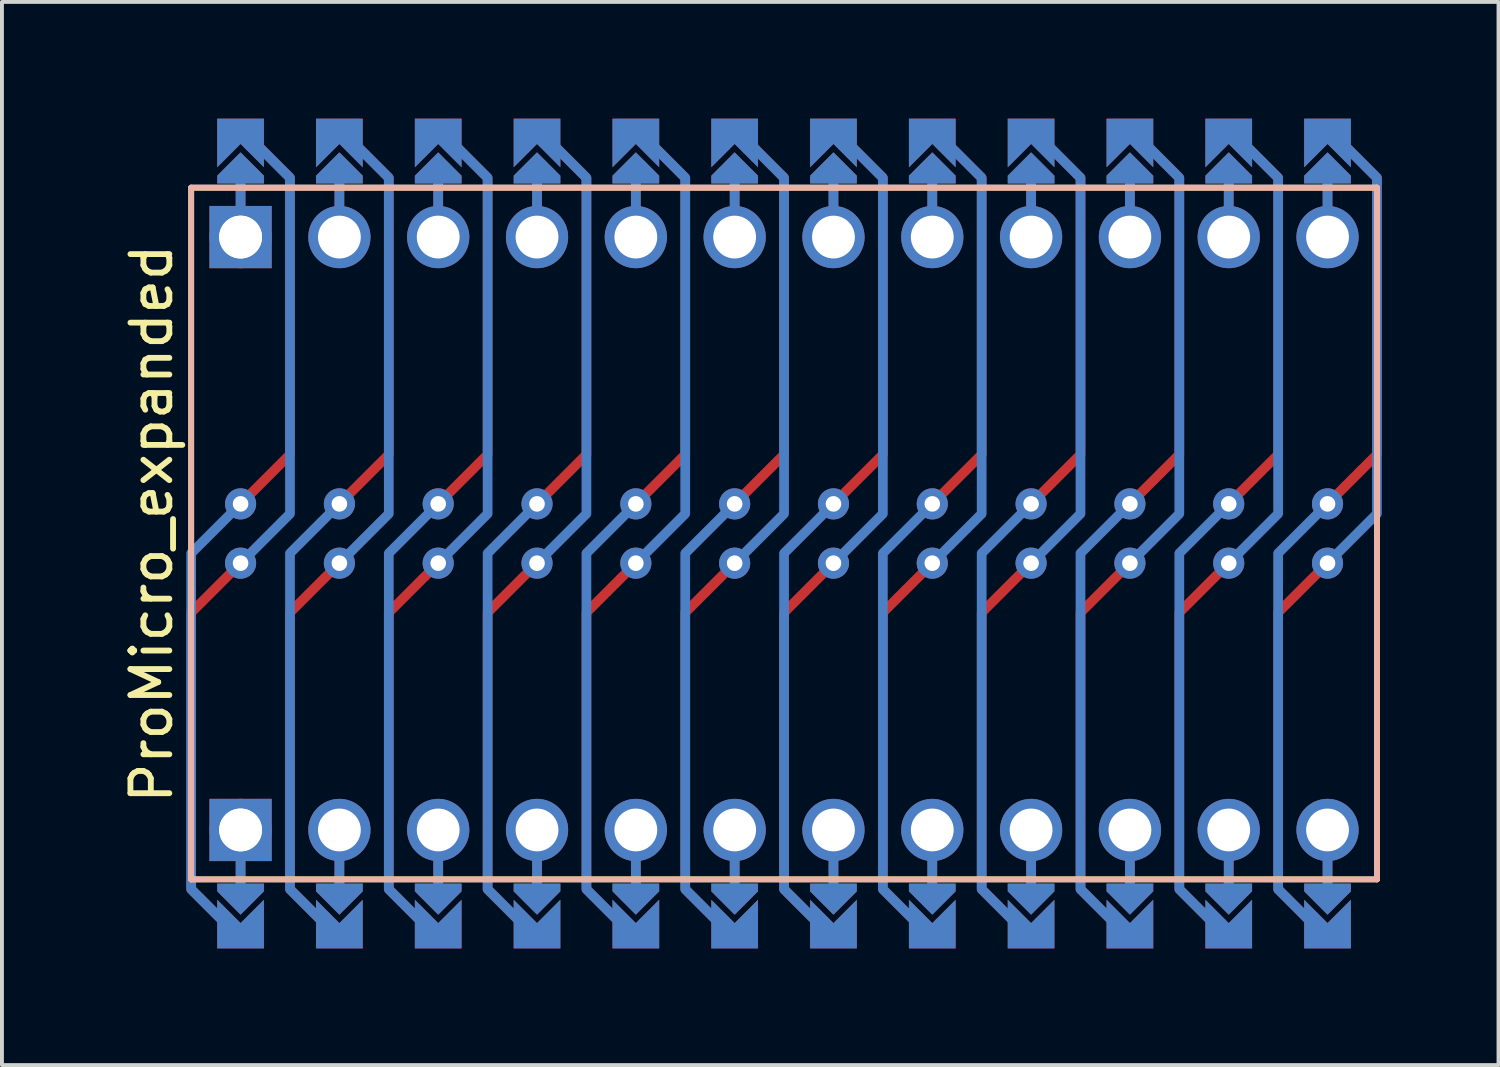
<source format=kicad_pcb>
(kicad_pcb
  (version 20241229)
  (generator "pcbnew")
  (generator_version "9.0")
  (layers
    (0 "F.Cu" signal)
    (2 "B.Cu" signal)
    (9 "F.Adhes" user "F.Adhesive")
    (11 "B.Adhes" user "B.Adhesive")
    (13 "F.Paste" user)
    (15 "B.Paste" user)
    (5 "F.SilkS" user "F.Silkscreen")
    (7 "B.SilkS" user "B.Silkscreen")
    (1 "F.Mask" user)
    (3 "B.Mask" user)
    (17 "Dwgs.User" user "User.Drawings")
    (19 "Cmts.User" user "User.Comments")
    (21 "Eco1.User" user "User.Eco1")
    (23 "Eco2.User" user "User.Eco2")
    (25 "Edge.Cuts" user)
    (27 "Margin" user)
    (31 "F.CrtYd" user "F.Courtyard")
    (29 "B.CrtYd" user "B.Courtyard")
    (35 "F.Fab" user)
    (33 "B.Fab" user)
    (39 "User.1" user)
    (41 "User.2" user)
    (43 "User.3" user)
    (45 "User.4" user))
  (footprint "ProMicro_expanded"
    (layer "F.Cu")
    (at 17.104 10.664)
    (property "Reference" "ProMicro_expanded" (at -16.256 -0.254 90) (layer "F.SilkS") (effects (font (size 1 1) (thickness 0.15))))
    (attr through_hole)
    (fp_circle (center -13.97 -0.762) (end -13.845 -0.762) (stroke (width 0.25) (type solid)) (fill no) (layer "F.Mask"))
    (fp_circle (center -13.97 0.762) (end -13.845 0.762) (stroke (width 0.25) (type solid)) (fill no) (layer "F.Mask"))
    (fp_circle (center -11.43 -0.762) (end -11.305 -0.762) (stroke (width 0.25) (type solid)) (fill no) (layer "F.Mask"))
    (fp_circle (center -11.43 0.762) (end -11.305 0.762) (stroke (width 0.25) (type solid)) (fill no) (layer "F.Mask"))
    (fp_circle (center -8.89 -0.762) (end -8.765 -0.762) (stroke (width 0.25) (type solid)) (fill no) (layer "F.Mask"))
    (fp_circle (center -8.89 0.762) (end -8.765 0.762) (stroke (width 0.25) (type solid)) (fill no) (layer "F.Mask"))
    (fp_circle (center -6.35 -0.762) (end -6.225 -0.762) (stroke (width 0.25) (type solid)) (fill no) (layer "F.Mask"))
    (fp_circle (center -6.35 0.762) (end -6.225 0.762) (stroke (width 0.25) (type solid)) (fill no) (layer "F.Mask"))
    (fp_circle (center -3.81 -0.762) (end -3.685 -0.762) (stroke (width 0.25) (type solid)) (fill no) (layer "F.Mask"))
    (fp_circle (center -3.81 0.762) (end -3.685 0.762) (stroke (width 0.25) (type solid)) (fill no) (layer "F.Mask"))
    (fp_circle (center -1.27 -0.762) (end -1.145 -0.762) (stroke (width 0.25) (type solid)) (fill no) (layer "F.Mask"))
    (fp_circle (center -1.27 0.762) (end -1.145 0.762) (stroke (width 0.25) (type solid)) (fill no) (layer "F.Mask"))
    (fp_circle (center 1.27 -0.762) (end 1.395 -0.762) (stroke (width 0.25) (type solid)) (fill no) (layer "F.Mask"))
    (fp_circle (center 1.27 0.762) (end 1.395 0.762) (stroke (width 0.25) (type solid)) (fill no) (layer "F.Mask"))
    (fp_circle (center 3.81 -0.762) (end 3.935 -0.762) (stroke (width 0.25) (type solid)) (fill no) (layer "F.Mask"))
    (fp_circle (center 3.81 0.762) (end 3.935 0.762) (stroke (width 0.25) (type solid)) (fill no) (layer "F.Mask"))
    (fp_circle (center 6.35 -0.762) (end 6.475 -0.762) (stroke (width 0.25) (type solid)) (fill no) (layer "F.Mask"))
    (fp_circle (center 6.35 0.762) (end 6.475 0.762) (stroke (width 0.25) (type solid)) (fill no) (layer "F.Mask"))
    (fp_circle (center 8.89 -0.762) (end 9.015 -0.762) (stroke (width 0.25) (type solid)) (fill no) (layer "F.Mask"))
    (fp_circle (center 8.89 0.762) (end 9.015 0.762) (stroke (width 0.25) (type solid)) (fill no) (layer "F.Mask"))
    (fp_circle (center 11.43 -0.762) (end 11.555 -0.762) (stroke (width 0.25) (type solid)) (fill no) (layer "F.Mask"))
    (fp_circle (center 11.43 0.762) (end 11.555 0.762) (stroke (width 0.25) (type solid)) (fill no) (layer "F.Mask"))
    (fp_circle (center 13.97 -0.762) (end 14.095 -0.762) (stroke (width 0.25) (type solid)) (fill no) (layer "F.Mask"))
    (fp_circle (center 13.97 0.762) (end 14.095 0.762) (stroke (width 0.25) (type solid)) (fill no) (layer "F.Mask"))
    (fp_poly (pts (xy -14.478 -10.16) (xy -13.462 -10.16) (xy -13.462 -9.144) (xy -14.478 -9.144)) (stroke (width 0.1) (type solid)) (fill yes) (layer "F.Mask"))
    (fp_poly (pts (xy -13.462 10.16) (xy -14.478 10.16) (xy -14.478 9.144) (xy -13.462 9.144)) (stroke (width 0.1) (type solid)) (fill yes) (layer "F.Mask"))
    (fp_poly (pts (xy -11.938 -10.16) (xy -10.922 -10.16) (xy -10.922 -9.144) (xy -11.938 -9.144)) (stroke (width 0.1) (type solid)) (fill yes) (layer "F.Mask"))
    (fp_poly (pts (xy -10.922 10.16) (xy -11.938 10.16) (xy -11.938 9.144) (xy -10.922 9.144)) (stroke (width 0.1) (type solid)) (fill yes) (layer "F.Mask"))
    (fp_poly (pts (xy -9.398 -10.16) (xy -8.382 -10.16) (xy -8.382 -9.144) (xy -9.398 -9.144)) (stroke (width 0.1) (type solid)) (fill yes) (layer "F.Mask"))
    (fp_poly (pts (xy -8.382 10.16) (xy -9.398 10.16) (xy -9.398 9.144) (xy -8.382 9.144)) (stroke (width 0.1) (type solid)) (fill yes) (layer "F.Mask"))
    (fp_poly (pts (xy -6.858 -10.16) (xy -5.842 -10.16) (xy -5.842 -9.144) (xy -6.858 -9.144)) (stroke (width 0.1) (type solid)) (fill yes) (layer "F.Mask"))
    (fp_poly (pts (xy -5.842 10.16) (xy -6.858 10.16) (xy -6.858 9.144) (xy -5.842 9.144)) (stroke (width 0.1) (type solid)) (fill yes) (layer "F.Mask"))
    (fp_poly (pts (xy -4.318 -10.16) (xy -3.302 -10.16) (xy -3.302 -9.144) (xy -4.318 -9.144)) (stroke (width 0.1) (type solid)) (fill yes) (layer "F.Mask"))
    (fp_poly (pts (xy -3.302 10.16) (xy -4.318 10.16) (xy -4.318 9.144) (xy -3.302 9.144)) (stroke (width 0.1) (type solid)) (fill yes) (layer "F.Mask"))
    (fp_poly (pts (xy -1.778 -10.16) (xy -0.762 -10.16) (xy -0.762 -9.144) (xy -1.778 -9.144)) (stroke (width 0.1) (type solid)) (fill yes) (layer "F.Mask"))
    (fp_poly (pts (xy -0.762 10.16) (xy -1.778 10.16) (xy -1.778 9.144) (xy -0.762 9.144)) (stroke (width 0.1) (type solid)) (fill yes) (layer "F.Mask"))
    (fp_poly (pts (xy 0.762 -10.16) (xy 1.778 -10.16) (xy 1.778 -9.144) (xy 0.762 -9.144)) (stroke (width 0.1) (type solid)) (fill yes) (layer "F.Mask"))
    (fp_poly (pts (xy 1.778 10.16) (xy 0.762 10.16) (xy 0.762 9.144) (xy 1.778 9.144)) (stroke (width 0.1) (type solid)) (fill yes) (layer "F.Mask"))
    (fp_poly (pts (xy 3.302 -10.16) (xy 4.318 -10.16) (xy 4.318 -9.144) (xy 3.302 -9.144)) (stroke (width 0.1) (type solid)) (fill yes) (layer "F.Mask"))
    (fp_poly (pts (xy 4.318 10.16) (xy 3.302 10.16) (xy 3.302 9.144) (xy 4.318 9.144)) (stroke (width 0.1) (type solid)) (fill yes) (layer "F.Mask"))
    (fp_poly (pts (xy 5.842 -10.16) (xy 6.858 -10.16) (xy 6.858 -9.144) (xy 5.842 -9.144)) (stroke (width 0.1) (type solid)) (fill yes) (layer "F.Mask"))
    (fp_poly (pts (xy 6.858 10.16) (xy 5.842 10.16) (xy 5.842 9.144) (xy 6.858 9.144)) (stroke (width 0.1) (type solid)) (fill yes) (layer "F.Mask"))
    (fp_poly (pts (xy 8.382 -10.16) (xy 9.398 -10.16) (xy 9.398 -9.144) (xy 8.382 -9.144)) (stroke (width 0.1) (type solid)) (fill yes) (layer "F.Mask"))
    (fp_poly (pts (xy 9.398 10.16) (xy 8.382 10.16) (xy 8.382 9.144) (xy 9.398 9.144)) (stroke (width 0.1) (type solid)) (fill yes) (layer "F.Mask"))
    (fp_poly (pts (xy 10.922 -10.16) (xy 11.938 -10.16) (xy 11.938 -9.144) (xy 10.922 -9.144)) (stroke (width 0.1) (type solid)) (fill yes) (layer "F.Mask"))
    (fp_poly (pts (xy 11.938 10.16) (xy 10.922 10.16) (xy 10.922 9.144) (xy 11.938 9.144)) (stroke (width 0.1) (type solid)) (fill yes) (layer "F.Mask"))
    (fp_poly (pts (xy 13.462 -10.16) (xy 14.478 -10.16) (xy 14.478 -9.144) (xy 13.462 -9.144)) (stroke (width 0.1) (type solid)) (fill yes) (layer "F.Mask"))
    (fp_poly (pts (xy 14.478 10.16) (xy 13.462 10.16) (xy 13.462 9.144) (xy 14.478 9.144)) (stroke (width 0.1) (type solid)) (fill yes) (layer "F.Mask"))
    (fp_circle (center -13.97 -0.762) (end -13.845 -0.762) (stroke (width 0.25) (type solid)) (fill no) (layer "B.Mask"))
    (fp_circle (center -13.97 0.762) (end -13.845 0.762) (stroke (width 0.25) (type solid)) (fill no) (layer "B.Mask"))
    (fp_circle (center -11.43 -0.762) (end -11.305 -0.762) (stroke (width 0.25) (type solid)) (fill no) (layer "B.Mask"))
    (fp_circle (center -11.43 0.762) (end -11.305 0.762) (stroke (width 0.25) (type solid)) (fill no) (layer "B.Mask"))
    (fp_circle (center -8.89 -0.762) (end -8.765 -0.762) (stroke (width 0.25) (type solid)) (fill no) (layer "B.Mask"))
    (fp_circle (center -8.89 0.762) (end -8.765 0.762) (stroke (width 0.25) (type solid)) (fill no) (layer "B.Mask"))
    (fp_circle (center -6.35 -0.762) (end -6.225 -0.762) (stroke (width 0.25) (type solid)) (fill no) (layer "B.Mask"))
    (fp_circle (center -6.35 0.762) (end -6.225 0.762) (stroke (width 0.25) (type solid)) (fill no) (layer "B.Mask"))
    (fp_circle (center -3.81 -0.762) (end -3.685 -0.762) (stroke (width 0.25) (type solid)) (fill no) (layer "B.Mask"))
    (fp_circle (center -3.81 0.762) (end -3.685 0.762) (stroke (width 0.25) (type solid)) (fill no) (layer "B.Mask"))
    (fp_circle (center -1.27 -0.762) (end -1.145 -0.762) (stroke (width 0.25) (type solid)) (fill no) (layer "B.Mask"))
    (fp_circle (center -1.27 0.762) (end -1.145 0.762) (stroke (width 0.25) (type solid)) (fill no) (layer "B.Mask"))
    (fp_circle (center 1.27 -0.762) (end 1.395 -0.762) (stroke (width 0.25) (type solid)) (fill no) (layer "B.Mask"))
    (fp_circle (center 1.27 0.762) (end 1.395 0.762) (stroke (width 0.25) (type solid)) (fill no) (layer "B.Mask"))
    (fp_circle (center 3.81 -0.762) (end 3.935 -0.762) (stroke (width 0.25) (type solid)) (fill no) (layer "B.Mask"))
    (fp_circle (center 3.81 0.762) (end 3.935 0.762) (stroke (width 0.25) (type solid)) (fill no) (layer "B.Mask"))
    (fp_circle (center 6.35 -0.762) (end 6.475 -0.762) (stroke (width 0.25) (type solid)) (fill no) (layer "B.Mask"))
    (fp_circle (center 6.35 0.762) (end 6.475 0.762) (stroke (width 0.25) (type solid)) (fill no) (layer "B.Mask"))
    (fp_circle (center 8.89 -0.762) (end 9.015 -0.762) (stroke (width 0.25) (type solid)) (fill no) (layer "B.Mask"))
    (fp_circle (center 8.89 0.762) (end 9.015 0.762) (stroke (width 0.25) (type solid)) (fill no) (layer "B.Mask"))
    (fp_circle (center 11.43 -0.762) (end 11.555 -0.762) (stroke (width 0.25) (type solid)) (fill no) (layer "B.Mask"))
    (fp_circle (center 11.43 0.762) (end 11.555 0.762) (stroke (width 0.25) (type solid)) (fill no) (layer "B.Mask"))
    (fp_circle (center 13.97 -0.762) (end 14.095 -0.762) (stroke (width 0.25) (type solid)) (fill no) (layer "B.Mask"))
    (fp_circle (center 13.97 0.762) (end 14.095 0.762) (stroke (width 0.25) (type solid)) (fill no) (layer "B.Mask"))
    (fp_poly (pts (xy -14.478 -10.16) (xy -13.462 -10.16) (xy -13.462 -9.144) (xy -14.478 -9.144)) (stroke (width 0.1) (type solid)) (fill yes) (layer "B.Mask"))
    (fp_poly (pts (xy -13.462 10.16) (xy -14.478 10.16) (xy -14.478 9.144) (xy -13.462 9.144)) (stroke (width 0.1) (type solid)) (fill yes) (layer "B.Mask"))
    (fp_poly (pts (xy -11.938 -10.16) (xy -10.922 -10.16) (xy -10.922 -9.144) (xy -11.938 -9.144)) (stroke (width 0.1) (type solid)) (fill yes) (layer "B.Mask"))
    (fp_poly (pts (xy -10.922 10.16) (xy -11.938 10.16) (xy -11.938 9.144) (xy -10.922 9.144)) (stroke (width 0.1) (type solid)) (fill yes) (layer "B.Mask"))
    (fp_poly (pts (xy -9.398 -10.16) (xy -8.382 -10.16) (xy -8.382 -9.144) (xy -9.398 -9.144)) (stroke (width 0.1) (type solid)) (fill yes) (layer "B.Mask"))
    (fp_poly (pts (xy -8.382 10.16) (xy -9.398 10.16) (xy -9.398 9.144) (xy -8.382 9.144)) (stroke (width 0.1) (type solid)) (fill yes) (layer "B.Mask"))
    (fp_poly (pts (xy -6.858 -10.16) (xy -5.842 -10.16) (xy -5.842 -9.144) (xy -6.858 -9.144)) (stroke (width 0.1) (type solid)) (fill yes) (layer "B.Mask"))
    (fp_poly (pts (xy -5.842 10.16) (xy -6.858 10.16) (xy -6.858 9.144) (xy -5.842 9.144)) (stroke (width 0.1) (type solid)) (fill yes) (layer "B.Mask"))
    (fp_poly (pts (xy -4.318 -10.16) (xy -3.302 -10.16) (xy -3.302 -9.144) (xy -4.318 -9.144)) (stroke (width 0.1) (type solid)) (fill yes) (layer "B.Mask"))
    (fp_poly (pts (xy -3.302 10.16) (xy -4.318 10.16) (xy -4.318 9.144) (xy -3.302 9.144)) (stroke (width 0.1) (type solid)) (fill yes) (layer "B.Mask"))
    (fp_poly (pts (xy -1.778 -10.16) (xy -0.762 -10.16) (xy -0.762 -9.144) (xy -1.778 -9.144)) (stroke (width 0.1) (type solid)) (fill yes) (layer "B.Mask"))
    (fp_poly (pts (xy -0.762 10.16) (xy -1.778 10.16) (xy -1.778 9.144) (xy -0.762 9.144)) (stroke (width 0.1) (type solid)) (fill yes) (layer "B.Mask"))
    (fp_poly (pts (xy 0.762 -10.16) (xy 1.778 -10.16) (xy 1.778 -9.144) (xy 0.762 -9.144)) (stroke (width 0.1) (type solid)) (fill yes) (layer "B.Mask"))
    (fp_poly (pts (xy 1.778 10.16) (xy 0.762 10.16) (xy 0.762 9.144) (xy 1.778 9.144)) (stroke (width 0.1) (type solid)) (fill yes) (layer "B.Mask"))
    (fp_poly (pts (xy 3.302 -10.16) (xy 4.318 -10.16) (xy 4.318 -9.144) (xy 3.302 -9.144)) (stroke (width 0.1) (type solid)) (fill yes) (layer "B.Mask"))
    (fp_poly (pts (xy 4.318 10.16) (xy 3.302 10.16) (xy 3.302 9.144) (xy 4.318 9.144)) (stroke (width 0.1) (type solid)) (fill yes) (layer "B.Mask"))
    (fp_poly (pts (xy 5.842 -10.16) (xy 6.858 -10.16) (xy 6.858 -9.144) (xy 5.842 -9.144)) (stroke (width 0.1) (type solid)) (fill yes) (layer "B.Mask"))
    (fp_poly (pts (xy 6.858 10.16) (xy 5.842 10.16) (xy 5.842 9.144) (xy 6.858 9.144)) (stroke (width 0.1) (type solid)) (fill yes) (layer "B.Mask"))
    (fp_poly (pts (xy 8.382 -10.16) (xy 9.398 -10.16) (xy 9.398 -9.144) (xy 8.382 -9.144)) (stroke (width 0.1) (type solid)) (fill yes) (layer "B.Mask"))
    (fp_poly (pts (xy 9.398 10.16) (xy 8.382 10.16) (xy 8.382 9.144) (xy 9.398 9.144)) (stroke (width 0.1) (type solid)) (fill yes) (layer "B.Mask"))
    (fp_poly (pts (xy 10.922 -10.16) (xy 11.938 -10.16) (xy 11.938 -9.144) (xy 10.922 -9.144)) (stroke (width 0.1) (type solid)) (fill yes) (layer "B.Mask"))
    (fp_poly (pts (xy 11.938 10.16) (xy 10.922 10.16) (xy 10.922 9.144) (xy 11.938 9.144)) (stroke (width 0.1) (type solid)) (fill yes) (layer "B.Mask"))
    (fp_poly (pts (xy 13.462 -10.16) (xy 14.478 -10.16) (xy 14.478 -9.144) (xy 13.462 -9.144)) (stroke (width 0.1) (type solid)) (fill yes) (layer "B.Mask"))
    (fp_poly (pts (xy 14.478 10.16) (xy 13.462 10.16) (xy 13.462 9.144) (xy 14.478 9.144)) (stroke (width 0.1) (type solid)) (fill yes) (layer "B.Mask"))
    (fp_line (start -15.24 -8.89) (end 15.24 -8.89) (stroke (width 0.15) (type solid)) (layer "F.SilkS"))
    (fp_line (start -15.24 8.89) (end -15.24 -8.89) (stroke (width 0.15) (type solid)) (layer "F.SilkS"))
    (fp_line (start -15.24 8.89) (end 15.24 8.89) (stroke (width 0.15) (type solid)) (layer "F.SilkS"))
    (fp_line (start 15.24 -8.89) (end 15.24 8.89) (stroke (width 0.15) (type solid)) (layer "F.SilkS"))
    (fp_line (start -15.24 -8.89) (end 15.24 -8.89) (stroke (width 0.15) (type solid)) (layer "B.SilkS"))
    (fp_line (start -15.24 8.89) (end -15.24 -8.89) (stroke (width 0.15) (type solid)) (layer "B.SilkS"))
    (fp_line (start -15.24 8.89) (end 15.24 8.89) (stroke (width 0.15) (type solid)) (layer "B.SilkS"))
    (fp_line (start 15.24 -8.89) (end 15.24 8.89) (stroke (width 0.15) (type solid)) (layer "B.SilkS"))
    (pad "" smd custom (at -13.97 -9.398 180) (size 0.1 0.1) (layers "F.Cu" "F.Mask") (options (anchor rect)) (primitives (gr_poly (pts (xy 0.6 -0.4) (xy -0.6 -0.4) (xy -0.6 -0.2) (xy 0 0.4) (xy 0.6 -0.2)) (width 0) (fill yes))))
    (pad "" smd custom (at -13.97 -9.398 180) (size 0.1 0.1) (layers "B.Cu" "B.Mask") (options (anchor rect)) (primitives (gr_poly (pts (xy 0.6 -0.4) (xy -0.6 -0.4) (xy -0.6 -0.2) (xy 0 0.4) (xy 0.6 -0.2)) (width 0) (fill yes))))
    (pad "" smd custom (at -13.97 -8.89 180) (size 0.25 1) (layers "F.Cu") (options (anchor rect)) (primitives))
    (pad "" smd custom (at -13.97 -8.89 180) (size 0.25 1) (layers "B.Cu") (options (anchor rect)) (primitives))
    (pad "" thru_hole circle (at -13.97 -7.62) (size 1.6 1.6) (drill 1.1) (layers "*.Cu" "*.Mask"))
    (pad "" thru_hole rect (at -13.97 -7.62) (size 1.6 1.6) (drill 1.1) (layers "B.Cu" "B.Mask"))
    (pad "" thru_hole circle (at -13.97 7.62) (size 1.6 1.6) (drill 1.1) (layers "*.Cu" "*.Mask"))
    (pad "" thru_hole rect (at -13.97 7.62) (size 1.6 1.6) (drill 1.1) (layers "F.Cu" "F.Mask"))
    (pad "" smd custom (at -13.97 8.89) (size 0.25 1) (layers "F.Cu") (options (anchor rect)) (primitives))
    (pad "" smd custom (at -13.97 8.89) (size 0.25 1) (layers "B.Cu") (options (anchor rect)) (primitives))
    (pad "" smd custom (at -13.97 9.398) (size 0.1 0.1) (layers "F.Cu" "F.Mask") (options (anchor rect)) (primitives (gr_poly (pts (xy 0.6 -0.4) (xy -0.6 -0.4) (xy -0.6 -0.2) (xy 0 0.4) (xy 0.6 -0.2)) (width 0) (fill yes))))
    (pad "" smd custom (at -13.97 9.398) (size 0.1 0.1) (layers "B.Cu" "B.Mask") (options (anchor rect)) (primitives (gr_poly (pts (xy 0.6 -0.4) (xy -0.6 -0.4) (xy -0.6 -0.2) (xy 0 0.4) (xy 0.6 -0.2)) (width 0) (fill yes))))
    (pad "" smd custom (at -11.43 -9.398 180) (size 0.1 0.1) (layers "F.Cu" "F.Mask") (options (anchor rect)) (primitives (gr_poly (pts (xy 0.6 -0.4) (xy -0.6 -0.4) (xy -0.6 -0.2) (xy 0 0.4) (xy 0.6 -0.2)) (width 0) (fill yes))))
    (pad "" smd custom (at -11.43 -9.398 180) (size 0.1 0.1) (layers "B.Cu" "B.Mask") (options (anchor rect)) (primitives (gr_poly (pts (xy 0.6 -0.4) (xy -0.6 -0.4) (xy -0.6 -0.2) (xy 0 0.4) (xy 0.6 -0.2)) (width 0) (fill yes))))
    (pad "" smd custom (at -11.43 -8.89 180) (size 0.25 1) (layers "F.Cu") (options (anchor rect)) (primitives))
    (pad "" smd custom (at -11.43 -8.89 180) (size 0.25 1) (layers "B.Cu") (options (anchor rect)) (primitives))
    (pad "" thru_hole circle (at -11.43 -7.62) (size 1.6 1.6) (drill 1.1) (layers "*.Cu" "*.Mask"))
    (pad "" thru_hole circle (at -11.43 7.62) (size 1.6 1.6) (drill 1.1) (layers "*.Cu" "*.Mask"))
    (pad "" smd custom (at -11.43 8.89) (size 0.25 1) (layers "F.Cu") (options (anchor rect)) (primitives))
    (pad "" smd custom (at -11.43 8.89) (size 0.25 1) (layers "B.Cu") (options (anchor rect)) (primitives))
    (pad "" smd custom (at -11.43 9.398) (size 0.1 0.1) (layers "F.Cu" "F.Mask") (options (anchor rect)) (primitives (gr_poly (pts (xy 0.6 -0.4) (xy -0.6 -0.4) (xy -0.6 -0.2) (xy 0 0.4) (xy 0.6 -0.2)) (width 0) (fill yes))))
    (pad "" smd custom (at -11.43 9.398) (size 0.1 0.1) (layers "B.Cu" "B.Mask") (options (anchor rect)) (primitives (gr_poly (pts (xy 0.6 -0.4) (xy -0.6 -0.4) (xy -0.6 -0.2) (xy 0 0.4) (xy 0.6 -0.2)) (width 0) (fill yes))))
    (pad "" smd custom (at -8.89 -9.398 180) (size 0.1 0.1) (layers "F.Cu" "F.Mask") (options (anchor rect)) (primitives (gr_poly (pts (xy 0.6 -0.4) (xy -0.6 -0.4) (xy -0.6 -0.2) (xy 0 0.4) (xy 0.6 -0.2)) (width 0) (fill yes))))
    (pad "" smd custom (at -8.89 -9.398 180) (size 0.1 0.1) (layers "B.Cu" "B.Mask") (options (anchor rect)) (primitives (gr_poly (pts (xy 0.6 -0.4) (xy -0.6 -0.4) (xy -0.6 -0.2) (xy 0 0.4) (xy 0.6 -0.2)) (width 0) (fill yes))))
    (pad "" smd custom (at -8.89 -8.89 180) (size 0.25 1) (layers "F.Cu") (options (anchor rect)) (primitives))
    (pad "" smd custom (at -8.89 -8.89 180) (size 0.25 1) (layers "B.Cu") (options (anchor rect)) (primitives))
    (pad "" thru_hole circle (at -8.89 -7.62) (size 1.6 1.6) (drill 1.1) (layers "*.Cu" "*.Mask"))
    (pad "" thru_hole circle (at -8.89 7.62) (size 1.6 1.6) (drill 1.1) (layers "*.Cu" "*.Mask"))
    (pad "" smd custom (at -8.89 8.89) (size 0.25 1) (layers "F.Cu") (options (anchor rect)) (primitives))
    (pad "" smd custom (at -8.89 8.89) (size 0.25 1) (layers "B.Cu") (options (anchor rect)) (primitives))
    (pad "" smd custom (at -8.89 9.398) (size 0.1 0.1) (layers "F.Cu" "F.Mask") (options (anchor rect)) (primitives (gr_poly (pts (xy 0.6 -0.4) (xy -0.6 -0.4) (xy -0.6 -0.2) (xy 0 0.4) (xy 0.6 -0.2)) (width 0) (fill yes))))
    (pad "" smd custom (at -8.89 9.398) (size 0.1 0.1) (layers "B.Cu" "B.Mask") (options (anchor rect)) (primitives (gr_poly (pts (xy 0.6 -0.4) (xy -0.6 -0.4) (xy -0.6 -0.2) (xy 0 0.4) (xy 0.6 -0.2)) (width 0) (fill yes))))
    (pad "" smd custom (at -6.35 -9.398 180) (size 0.1 0.1) (layers "F.Cu" "F.Mask") (options (anchor rect)) (primitives (gr_poly (pts (xy 0.6 -0.4) (xy -0.6 -0.4) (xy -0.6 -0.2) (xy 0 0.4) (xy 0.6 -0.2)) (width 0) (fill yes))))
    (pad "" smd custom (at -6.35 -9.398 180) (size 0.1 0.1) (layers "B.Cu" "B.Mask") (options (anchor rect)) (primitives (gr_poly (pts (xy 0.6 -0.4) (xy -0.6 -0.4) (xy -0.6 -0.2) (xy 0 0.4) (xy 0.6 -0.2)) (width 0) (fill yes))))
    (pad "" smd custom (at -6.35 -8.89 180) (size 0.25 1) (layers "F.Cu") (options (anchor rect)) (primitives))
    (pad "" smd custom (at -6.35 -8.89 180) (size 0.25 1) (layers "B.Cu") (options (anchor rect)) (primitives))
    (pad "" thru_hole circle (at -6.35 -7.62) (size 1.6 1.6) (drill 1.1) (layers "*.Cu" "*.Mask"))
    (pad "" thru_hole circle (at -6.35 7.62) (size 1.6 1.6) (drill 1.1) (layers "*.Cu" "*.Mask"))
    (pad "" smd custom (at -6.35 8.89) (size 0.25 1) (layers "F.Cu") (options (anchor rect)) (primitives))
    (pad "" smd custom (at -6.35 8.89) (size 0.25 1) (layers "B.Cu") (options (anchor rect)) (primitives))
    (pad "" smd custom (at -6.35 9.398) (size 0.1 0.1) (layers "F.Cu" "F.Mask") (options (anchor rect)) (primitives (gr_poly (pts (xy 0.6 -0.4) (xy -0.6 -0.4) (xy -0.6 -0.2) (xy 0 0.4) (xy 0.6 -0.2)) (width 0) (fill yes))))
    (pad "" smd custom (at -6.35 9.398) (size 0.1 0.1) (layers "B.Cu" "B.Mask") (options (anchor rect)) (primitives (gr_poly (pts (xy 0.6 -0.4) (xy -0.6 -0.4) (xy -0.6 -0.2) (xy 0 0.4) (xy 0.6 -0.2)) (width 0) (fill yes))))
    (pad "" smd custom (at -3.81 -9.398 180) (size 0.1 0.1) (layers "F.Cu" "F.Mask") (options (anchor rect)) (primitives (gr_poly (pts (xy 0.6 -0.4) (xy -0.6 -0.4) (xy -0.6 -0.2) (xy 0 0.4) (xy 0.6 -0.2)) (width 0) (fill yes))))
    (pad "" smd custom (at -3.81 -9.398 180) (size 0.1 0.1) (layers "B.Cu" "B.Mask") (options (anchor rect)) (primitives (gr_poly (pts (xy 0.6 -0.4) (xy -0.6 -0.4) (xy -0.6 -0.2) (xy 0 0.4) (xy 0.6 -0.2)) (width 0) (fill yes))))
    (pad "" smd custom (at -3.81 -8.89 180) (size 0.25 1) (layers "F.Cu") (options (anchor rect)) (primitives))
    (pad "" smd custom (at -3.81 -8.89 180) (size 0.25 1) (layers "B.Cu") (options (anchor rect)) (primitives))
    (pad "" thru_hole circle (at -3.81 -7.62) (size 1.6 1.6) (drill 1.1) (layers "*.Cu" "*.Mask"))
    (pad "" thru_hole circle (at -3.81 7.62) (size 1.6 1.6) (drill 1.1) (layers "*.Cu" "*.Mask"))
    (pad "" smd custom (at -3.81 8.89) (size 0.25 1) (layers "F.Cu") (options (anchor rect)) (primitives))
    (pad "" smd custom (at -3.81 8.89) (size 0.25 1) (layers "B.Cu") (options (anchor rect)) (primitives))
    (pad "" smd custom (at -3.81 9.398) (size 0.1 0.1) (layers "F.Cu" "F.Mask") (options (anchor rect)) (primitives (gr_poly (pts (xy 0.6 -0.4) (xy -0.6 -0.4) (xy -0.6 -0.2) (xy 0 0.4) (xy 0.6 -0.2)) (width 0) (fill yes))))
    (pad "" smd custom (at -3.81 9.398) (size 0.1 0.1) (layers "B.Cu" "B.Mask") (options (anchor rect)) (primitives (gr_poly (pts (xy 0.6 -0.4) (xy -0.6 -0.4) (xy -0.6 -0.2) (xy 0 0.4) (xy 0.6 -0.2)) (width 0) (fill yes))))
    (pad "" smd custom (at -1.27 -9.398 180) (size 0.1 0.1) (layers "F.Cu" "F.Mask") (options (anchor rect)) (primitives (gr_poly (pts (xy 0.6 -0.4) (xy -0.6 -0.4) (xy -0.6 -0.2) (xy 0 0.4) (xy 0.6 -0.2)) (width 0) (fill yes))))
    (pad "" smd custom (at -1.27 -9.398 180) (size 0.1 0.1) (layers "B.Cu" "B.Mask") (options (anchor rect)) (primitives (gr_poly (pts (xy 0.6 -0.4) (xy -0.6 -0.4) (xy -0.6 -0.2) (xy 0 0.4) (xy 0.6 -0.2)) (width 0) (fill yes))))
    (pad "" smd custom (at -1.27 -8.89 180) (size 0.25 1) (layers "F.Cu") (options (anchor rect)) (primitives))
    (pad "" smd custom (at -1.27 -8.89 180) (size 0.25 1) (layers "B.Cu") (options (anchor rect)) (primitives))
    (pad "" thru_hole circle (at -1.27 -7.62) (size 1.6 1.6) (drill 1.1) (layers "*.Cu" "*.Mask"))
    (pad "" thru_hole circle (at -1.27 7.62) (size 1.6 1.6) (drill 1.1) (layers "*.Cu" "*.Mask"))
    (pad "" smd custom (at -1.27 8.89) (size 0.25 1) (layers "F.Cu") (options (anchor rect)) (primitives))
    (pad "" smd custom (at -1.27 8.89) (size 0.25 1) (layers "B.Cu") (options (anchor rect)) (primitives))
    (pad "" smd custom (at -1.27 9.398) (size 0.1 0.1) (layers "F.Cu" "F.Mask") (options (anchor rect)) (primitives (gr_poly (pts (xy 0.6 -0.4) (xy -0.6 -0.4) (xy -0.6 -0.2) (xy 0 0.4) (xy 0.6 -0.2)) (width 0) (fill yes))))
    (pad "" smd custom (at -1.27 9.398) (size 0.1 0.1) (layers "B.Cu" "B.Mask") (options (anchor rect)) (primitives (gr_poly (pts (xy 0.6 -0.4) (xy -0.6 -0.4) (xy -0.6 -0.2) (xy 0 0.4) (xy 0.6 -0.2)) (width 0) (fill yes))))
    (pad "" smd custom (at 1.27 -9.398 180) (size 0.1 0.1) (layers "F.Cu" "F.Mask") (options (anchor rect)) (primitives (gr_poly (pts (xy 0.6 -0.4) (xy -0.6 -0.4) (xy -0.6 -0.2) (xy 0 0.4) (xy 0.6 -0.2)) (width 0) (fill yes))))
    (pad "" smd custom (at 1.27 -9.398 180) (size 0.1 0.1) (layers "B.Cu" "B.Mask") (options (anchor rect)) (primitives (gr_poly (pts (xy 0.6 -0.4) (xy -0.6 -0.4) (xy -0.6 -0.2) (xy 0 0.4) (xy 0.6 -0.2)) (width 0) (fill yes))))
    (pad "" smd custom (at 1.27 -8.89 180) (size 0.25 1) (layers "F.Cu") (options (anchor rect)) (primitives))
    (pad "" smd custom (at 1.27 -8.89 180) (size 0.25 1) (layers "B.Cu") (options (anchor rect)) (primitives))
    (pad "" thru_hole circle (at 1.27 -7.62) (size 1.6 1.6) (drill 1.1) (layers "*.Cu" "*.Mask"))
    (pad "" thru_hole circle (at 1.27 7.62) (size 1.6 1.6) (drill 1.1) (layers "*.Cu" "*.Mask"))
    (pad "" smd custom (at 1.27 8.89) (size 0.25 1) (layers "F.Cu") (options (anchor rect)) (primitives))
    (pad "" smd custom (at 1.27 8.89) (size 0.25 1) (layers "B.Cu") (options (anchor rect)) (primitives))
    (pad "" smd custom (at 1.27 9.398) (size 0.1 0.1) (layers "F.Cu" "F.Mask") (options (anchor rect)) (primitives (gr_poly (pts (xy 0.6 -0.4) (xy -0.6 -0.4) (xy -0.6 -0.2) (xy 0 0.4) (xy 0.6 -0.2)) (width 0) (fill yes))))
    (pad "" smd custom (at 1.27 9.398) (size 0.1 0.1) (layers "B.Cu" "B.Mask") (options (anchor rect)) (primitives (gr_poly (pts (xy 0.6 -0.4) (xy -0.6 -0.4) (xy -0.6 -0.2) (xy 0 0.4) (xy 0.6 -0.2)) (width 0) (fill yes))))
    (pad "" smd custom (at 3.81 -9.398 180) (size 0.1 0.1) (layers "F.Cu" "F.Mask") (options (anchor rect)) (primitives (gr_poly (pts (xy 0.6 -0.4) (xy -0.6 -0.4) (xy -0.6 -0.2) (xy 0 0.4) (xy 0.6 -0.2)) (width 0) (fill yes))))
    (pad "" smd custom (at 3.81 -9.398 180) (size 0.1 0.1) (layers "B.Cu" "B.Mask") (options (anchor rect)) (primitives (gr_poly (pts (xy 0.6 -0.4) (xy -0.6 -0.4) (xy -0.6 -0.2) (xy 0 0.4) (xy 0.6 -0.2)) (width 0) (fill yes))))
    (pad "" smd custom (at 3.81 -8.89 180) (size 0.25 1) (layers "F.Cu") (options (anchor rect)) (primitives))
    (pad "" smd custom (at 3.81 -8.89 180) (size 0.25 1) (layers "B.Cu") (options (anchor rect)) (primitives))
    (pad "" thru_hole circle (at 3.81 -7.62) (size 1.6 1.6) (drill 1.1) (layers "*.Cu" "*.Mask"))
    (pad "" thru_hole circle (at 3.81 7.62) (size 1.6 1.6) (drill 1.1) (layers "*.Cu" "*.Mask"))
    (pad "" smd custom (at 3.81 8.89) (size 0.25 1) (layers "F.Cu") (options (anchor rect)) (primitives))
    (pad "" smd custom (at 3.81 8.89) (size 0.25 1) (layers "B.Cu") (options (anchor rect)) (primitives))
    (pad "" smd custom (at 3.81 9.398) (size 0.1 0.1) (layers "F.Cu" "F.Mask") (options (anchor rect)) (primitives (gr_poly (pts (xy 0.6 -0.4) (xy -0.6 -0.4) (xy -0.6 -0.2) (xy 0 0.4) (xy 0.6 -0.2)) (width 0) (fill yes))))
    (pad "" smd custom (at 3.81 9.398) (size 0.1 0.1) (layers "B.Cu" "B.Mask") (options (anchor rect)) (primitives (gr_poly (pts (xy 0.6 -0.4) (xy -0.6 -0.4) (xy -0.6 -0.2) (xy 0 0.4) (xy 0.6 -0.2)) (width 0) (fill yes))))
    (pad "" smd custom (at 6.35 -9.398 180) (size 0.1 0.1) (layers "F.Cu" "F.Mask") (options (anchor rect)) (primitives (gr_poly (pts (xy 0.6 -0.4) (xy -0.6 -0.4) (xy -0.6 -0.2) (xy 0 0.4) (xy 0.6 -0.2)) (width 0) (fill yes))))
    (pad "" smd custom (at 6.35 -9.398 180) (size 0.1 0.1) (layers "B.Cu" "B.Mask") (options (anchor rect)) (primitives (gr_poly (pts (xy 0.6 -0.4) (xy -0.6 -0.4) (xy -0.6 -0.2) (xy 0 0.4) (xy 0.6 -0.2)) (width 0) (fill yes))))
    (pad "" smd custom (at 6.35 -8.89 180) (size 0.25 1) (layers "F.Cu") (options (anchor rect)) (primitives))
    (pad "" smd custom (at 6.35 -8.89 180) (size 0.25 1) (layers "B.Cu") (options (anchor rect)) (primitives))
    (pad "" thru_hole circle (at 6.35 -7.62) (size 1.6 1.6) (drill 1.1) (layers "*.Cu" "*.Mask"))
    (pad "" thru_hole circle (at 6.35 7.62) (size 1.6 1.6) (drill 1.1) (layers "*.Cu" "*.Mask"))
    (pad "" smd custom (at 6.35 8.89) (size 0.25 1) (layers "F.Cu") (options (anchor rect)) (primitives))
    (pad "" smd custom (at 6.35 8.89) (size 0.25 1) (layers "B.Cu") (options (anchor rect)) (primitives))
    (pad "" smd custom (at 6.35 9.398) (size 0.1 0.1) (layers "F.Cu" "F.Mask") (options (anchor rect)) (primitives (gr_poly (pts (xy 0.6 -0.4) (xy -0.6 -0.4) (xy -0.6 -0.2) (xy 0 0.4) (xy 0.6 -0.2)) (width 0) (fill yes))))
    (pad "" smd custom (at 6.35 9.398) (size 0.1 0.1) (layers "B.Cu" "B.Mask") (options (anchor rect)) (primitives (gr_poly (pts (xy 0.6 -0.4) (xy -0.6 -0.4) (xy -0.6 -0.2) (xy 0 0.4) (xy 0.6 -0.2)) (width 0) (fill yes))))
    (pad "" smd custom (at 8.89 -9.398 180) (size 0.1 0.1) (layers "F.Cu" "F.Mask") (options (anchor rect)) (primitives (gr_poly (pts (xy 0.6 -0.4) (xy -0.6 -0.4) (xy -0.6 -0.2) (xy 0 0.4) (xy 0.6 -0.2)) (width 0) (fill yes))))
    (pad "" smd custom (at 8.89 -9.398 180) (size 0.1 0.1) (layers "B.Cu" "B.Mask") (options (anchor rect)) (primitives (gr_poly (pts (xy 0.6 -0.4) (xy -0.6 -0.4) (xy -0.6 -0.2) (xy 0 0.4) (xy 0.6 -0.2)) (width 0) (fill yes))))
    (pad "" smd custom (at 8.89 -8.89 180) (size 0.25 1) (layers "F.Cu") (options (anchor rect)) (primitives))
    (pad "" smd custom (at 8.89 -8.89 180) (size 0.25 1) (layers "B.Cu") (options (anchor rect)) (primitives))
    (pad "" thru_hole circle (at 8.89 -7.62) (size 1.6 1.6) (drill 1.1) (layers "*.Cu" "*.Mask"))
    (pad "" thru_hole circle (at 8.89 7.62) (size 1.6 1.6) (drill 1.1) (layers "*.Cu" "*.Mask"))
    (pad "" smd custom (at 8.89 8.89) (size 0.25 1) (layers "F.Cu") (options (anchor rect)) (primitives))
    (pad "" smd custom (at 8.89 8.89) (size 0.25 1) (layers "B.Cu") (options (anchor rect)) (primitives))
    (pad "" smd custom (at 8.89 9.398) (size 0.1 0.1) (layers "F.Cu" "F.Mask") (options (anchor rect)) (primitives (gr_poly (pts (xy 0.6 -0.4) (xy -0.6 -0.4) (xy -0.6 -0.2) (xy 0 0.4) (xy 0.6 -0.2)) (width 0) (fill yes))))
    (pad "" smd custom (at 8.89 9.398) (size 0.1 0.1) (layers "B.Cu" "B.Mask") (options (anchor rect)) (primitives (gr_poly (pts (xy 0.6 -0.4) (xy -0.6 -0.4) (xy -0.6 -0.2) (xy 0 0.4) (xy 0.6 -0.2)) (width 0) (fill yes))))
    (pad "" smd custom (at 11.43 -9.398 180) (size 0.1 0.1) (layers "F.Cu" "F.Mask") (options (anchor rect)) (primitives (gr_poly (pts (xy 0.6 -0.4) (xy -0.6 -0.4) (xy -0.6 -0.2) (xy 0 0.4) (xy 0.6 -0.2)) (width 0) (fill yes))))
    (pad "" smd custom (at 11.43 -9.398 180) (size 0.1 0.1) (layers "B.Cu" "B.Mask") (options (anchor rect)) (primitives (gr_poly (pts (xy 0.6 -0.4) (xy -0.6 -0.4) (xy -0.6 -0.2) (xy 0 0.4) (xy 0.6 -0.2)) (width 0) (fill yes))))
    (pad "" smd custom (at 11.43 -8.89 180) (size 0.25 1) (layers "F.Cu") (options (anchor rect)) (primitives))
    (pad "" smd custom (at 11.43 -8.89 180) (size 0.25 1) (layers "B.Cu") (options (anchor rect)) (primitives))
    (pad "" thru_hole circle (at 11.43 -7.62) (size 1.6 1.6) (drill 1.1) (layers "*.Cu" "*.Mask"))
    (pad "" thru_hole circle (at 11.43 7.62) (size 1.6 1.6) (drill 1.1) (layers "*.Cu" "*.Mask"))
    (pad "" smd custom (at 11.43 8.89) (size 0.25 1) (layers "F.Cu") (options (anchor rect)) (primitives))
    (pad "" smd custom (at 11.43 8.89) (size 0.25 1) (layers "B.Cu") (options (anchor rect)) (primitives))
    (pad "" smd custom (at 11.43 9.398) (size 0.1 0.1) (layers "F.Cu" "F.Mask") (options (anchor rect)) (primitives (gr_poly (pts (xy 0.6 -0.4) (xy -0.6 -0.4) (xy -0.6 -0.2) (xy 0 0.4) (xy 0.6 -0.2)) (width 0) (fill yes))))
    (pad "" smd custom (at 11.43 9.398) (size 0.1 0.1) (layers "B.Cu" "B.Mask") (options (anchor rect)) (primitives (gr_poly (pts (xy 0.6 -0.4) (xy -0.6 -0.4) (xy -0.6 -0.2) (xy 0 0.4) (xy 0.6 -0.2)) (width 0) (fill yes))))
    (pad "" smd custom (at 13.97 -9.398 180) (size 0.1 0.1) (layers "F.Cu" "F.Mask") (options (anchor rect)) (primitives (gr_poly (pts (xy 0.6 -0.4) (xy -0.6 -0.4) (xy -0.6 -0.2) (xy 0 0.4) (xy 0.6 -0.2)) (width 0) (fill yes))))
    (pad "" smd custom (at 13.97 -9.398 180) (size 0.1 0.1) (layers "B.Cu" "B.Mask") (options (anchor rect)) (primitives (gr_poly (pts (xy 0.6 -0.4) (xy -0.6 -0.4) (xy -0.6 -0.2) (xy 0 0.4) (xy 0.6 -0.2)) (width 0) (fill yes))))
    (pad "" smd custom (at 13.97 -8.89 180) (size 0.25 1) (layers "F.Cu") (options (anchor rect)) (primitives))
    (pad "" smd custom (at 13.97 -8.89 180) (size 0.25 1) (layers "B.Cu") (options (anchor rect)) (primitives))
    (pad "" thru_hole circle (at 13.97 -7.62) (size 1.6 1.6) (drill 1.1) (layers "*.Cu" "*.Mask"))
    (pad "" thru_hole circle (at 13.97 7.62) (size 1.6 1.6) (drill 1.1) (layers "*.Cu" "*.Mask"))
    (pad "" smd custom (at 13.97 8.89) (size 0.25 1) (layers "F.Cu") (options (anchor rect)) (primitives))
    (pad "" smd custom (at 13.97 8.89) (size 0.25 1) (layers "B.Cu") (options (anchor rect)) (primitives))
    (pad "" smd custom (at 13.97 9.398) (size 0.1 0.1) (layers "F.Cu" "F.Mask") (options (anchor rect)) (primitives (gr_poly (pts (xy 0.6 -0.4) (xy -0.6 -0.4) (xy -0.6 -0.2) (xy 0 0.4) (xy 0.6 -0.2)) (width 0) (fill yes))))
    (pad "" smd custom (at 13.97 9.398) (size 0.1 0.1) (layers "B.Cu" "B.Mask") (options (anchor rect)) (primitives (gr_poly (pts (xy 0.6 -0.4) (xy -0.6 -0.4) (xy -0.6 -0.2) (xy 0 0.4) (xy 0.6 -0.2)) (width 0) (fill yes))))
    (pad "1" smd custom (at -13.97 -10.414 180) (size 1.2 0.5) (layers "F.Cu" "F.Mask") (options (anchor rect)) (primitives (gr_poly (pts (xy 0.6 0) (xy -0.6 0) (xy -0.6 -1) (xy 0 -0.4) (xy 0.6 -1)) (width 0) (fill yes))))
    (pad "1" smd custom (at -13.97 -0.762 180) (size 0.25 0.25) (layers "F.Cu") (options (anchor circle)) (primitives (gr_line (start 0 0) (end -1.27 1.27) (width 0.25)) (gr_line (start -1.27 1.27) (end -1.27 8.382) (width 0.25)) (gr_line (start -1.27 8.382) (end 0 9.652) (width 0.25))))
    (pad "1" smd custom (at -13.97 -0.762) (size 0.25 0.25) (layers "B.Cu") (options (anchor circle)) (primitives (gr_line (start 0 0) (end -1.27 1.27) (width 0.25)) (gr_line (start -1.27 1.27) (end -1.27 9.906) (width 0.25)) (gr_line (start -1.27 9.906) (end 0 11.176) (width 0.25))))
    (pad "1" thru_hole circle (at -13.97 -0.762 180) (size 0.8 0.8) (drill 0.4) (layers "*.Cu"))
    (pad "1" smd custom (at -13.97 10.414) (size 1.2 0.5) (layers "B.Cu" "B.Mask") (options (anchor rect)) (primitives (gr_poly (pts (xy 0.6 0) (xy -0.6 0) (xy -0.6 -1) (xy 0 -0.4) (xy 0.6 -1)) (width 0) (fill yes))))
    (pad "2" smd custom (at -11.43 -10.414 180) (size 1.2 0.5) (layers "F.Cu" "F.Mask") (options (anchor rect)) (primitives (gr_poly (pts (xy 0.6 0) (xy -0.6 0) (xy -0.6 -1) (xy 0 -0.4) (xy 0.6 -1)) (width 0) (fill yes))))
    (pad "2" smd custom (at -11.43 -0.762 180) (size 0.25 0.25) (layers "F.Cu") (options (anchor circle)) (primitives (gr_line (start 0 0) (end -1.27 1.27) (width 0.25)) (gr_line (start -1.27 1.27) (end -1.27 8.382) (width 0.25)) (gr_line (start -1.27 8.382) (end 0 9.652) (width 0.25))))
    (pad "2" smd custom (at -11.43 -0.762) (size 0.25 0.25) (layers "B.Cu") (options (anchor circle)) (primitives (gr_line (start 0 0) (end -1.27 1.27) (width 0.25)) (gr_line (start -1.27 1.27) (end -1.27 9.906) (width 0.25)) (gr_line (start -1.27 9.906) (end 0 11.176) (width 0.25))))
    (pad "2" thru_hole circle (at -11.43 -0.762 180) (size 0.8 0.8) (drill 0.4) (layers "*.Cu"))
    (pad "2" smd custom (at -11.43 10.414) (size 1.2 0.5) (layers "B.Cu" "B.Mask") (options (anchor rect)) (primitives (gr_poly (pts (xy 0.6 0) (xy -0.6 0) (xy -0.6 -1) (xy 0 -0.4) (xy 0.6 -1)) (width 0) (fill yes))))
    (pad "3" smd custom (at -8.89 -10.414 180) (size 1.2 0.5) (layers "F.Cu" "F.Mask") (options (anchor rect)) (primitives (gr_poly (pts (xy 0.6 0) (xy -0.6 0) (xy -0.6 -1) (xy 0 -0.4) (xy 0.6 -1)) (width 0) (fill yes))))
    (pad "3" smd custom (at -8.89 -0.762 180) (size 0.25 0.25) (layers "F.Cu") (options (anchor circle)) (primitives (gr_line (start 0 0) (end -1.27 1.27) (width 0.25)) (gr_line (start -1.27 1.27) (end -1.27 8.382) (width 0.25)) (gr_line (start -1.27 8.382) (end 0 9.652) (width 0.25))))
    (pad "3" smd custom (at -8.89 -0.762) (size 0.25 0.25) (layers "B.Cu") (options (anchor circle)) (primitives (gr_line (start 0 0) (end -1.27 1.27) (width 0.25)) (gr_line (start -1.27 1.27) (end -1.27 9.906) (width 0.25)) (gr_line (start -1.27 9.906) (end 0 11.176) (width 0.25))))
    (pad "3" thru_hole circle (at -8.89 -0.762 180) (size 0.8 0.8) (drill 0.4) (layers "*.Cu"))
    (pad "3" smd custom (at -8.89 10.414) (size 1.2 0.5) (layers "B.Cu" "B.Mask") (options (anchor rect)) (primitives (gr_poly (pts (xy 0.6 0) (xy -0.6 0) (xy -0.6 -1) (xy 0 -0.4) (xy 0.6 -1)) (width 0) (fill yes))))
    (pad "4" smd custom (at -6.35 -10.414 180) (size 1.2 0.5) (layers "F.Cu" "F.Mask") (options (anchor rect)) (primitives (gr_poly (pts (xy 0.6 0) (xy -0.6 0) (xy -0.6 -1) (xy 0 -0.4) (xy 0.6 -1)) (width 0) (fill yes))))
    (pad "4" smd custom (at -6.35 -0.762 180) (size 0.25 0.25) (layers "F.Cu") (options (anchor circle)) (primitives (gr_line (start 0 0) (end -1.27 1.27) (width 0.25)) (gr_line (start -1.27 1.27) (end -1.27 8.382) (width 0.25)) (gr_line (start -1.27 8.382) (end 0 9.652) (width 0.25))))
    (pad "4" smd custom (at -6.35 -0.762) (size 0.25 0.25) (layers "B.Cu") (options (anchor circle)) (primitives (gr_line (start 0 0) (end -1.27 1.27) (width 0.25)) (gr_line (start -1.27 1.27) (end -1.27 9.906) (width 0.25)) (gr_line (start -1.27 9.906) (end 0 11.176) (width 0.25))))
    (pad "4" thru_hole circle (at -6.35 -0.762 180) (size 0.8 0.8) (drill 0.4) (layers "*.Cu"))
    (pad "4" smd custom (at -6.35 10.414) (size 1.2 0.5) (layers "B.Cu" "B.Mask") (options (anchor rect)) (primitives (gr_poly (pts (xy 0.6 0) (xy -0.6 0) (xy -0.6 -1) (xy 0 -0.4) (xy 0.6 -1)) (width 0) (fill yes))))
    (pad "5" smd custom (at -3.81 -10.414 180) (size 1.2 0.5) (layers "F.Cu" "F.Mask") (options (anchor rect)) (primitives (gr_poly (pts (xy 0.6 0) (xy -0.6 0) (xy -0.6 -1) (xy 0 -0.4) (xy 0.6 -1)) (width 0) (fill yes))))
    (pad "5" smd custom (at -3.81 -0.762 180) (size 0.25 0.25) (layers "F.Cu") (options (anchor circle)) (primitives (gr_line (start 0 0) (end -1.27 1.27) (width 0.25)) (gr_line (start -1.27 1.27) (end -1.27 8.382) (width 0.25)) (gr_line (start -1.27 8.382) (end 0 9.652) (width 0.25))))
    (pad "5" smd custom (at -3.81 -0.762) (size 0.25 0.25) (layers "B.Cu") (options (anchor circle)) (primitives (gr_line (start 0 0) (end -1.27 1.27) (width 0.25)) (gr_line (start -1.27 1.27) (end -1.27 9.906) (width 0.25)) (gr_line (start -1.27 9.906) (end 0 11.176) (width 0.25))))
    (pad "5" thru_hole circle (at -3.81 -0.762 180) (size 0.8 0.8) (drill 0.4) (layers "*.Cu"))
    (pad "5" smd custom (at -3.81 10.414) (size 1.2 0.5) (layers "B.Cu" "B.Mask") (options (anchor rect)) (primitives (gr_poly (pts (xy 0.6 0) (xy -0.6 0) (xy -0.6 -1) (xy 0 -0.4) (xy 0.6 -1)) (width 0) (fill yes))))
    (pad "6" smd custom (at -1.27 -10.414 180) (size 1.2 0.5) (layers "F.Cu" "F.Mask") (options (anchor rect)) (primitives (gr_poly (pts (xy 0.6 0) (xy -0.6 0) (xy -0.6 -1) (xy 0 -0.4) (xy 0.6 -1)) (width 0) (fill yes))))
    (pad "6" smd custom (at -1.27 -0.762 180) (size 0.25 0.25) (layers "F.Cu") (options (anchor circle)) (primitives (gr_line (start 0 0) (end -1.27 1.27) (width 0.25)) (gr_line (start -1.27 1.27) (end -1.27 8.382) (width 0.25)) (gr_line (start -1.27 8.382) (end 0 9.652) (width 0.25))))
    (pad "6" smd custom (at -1.27 -0.762) (size 0.25 0.25) (layers "B.Cu") (options (anchor circle)) (primitives (gr_line (start 0 0) (end -1.27 1.27) (width 0.25)) (gr_line (start -1.27 1.27) (end -1.27 9.906) (width 0.25)) (gr_line (start -1.27 9.906) (end 0 11.176) (width 0.25))))
    (pad "6" thru_hole circle (at -1.27 -0.762 180) (size 0.8 0.8) (drill 0.4) (layers "*.Cu"))
    (pad "6" smd custom (at -1.27 10.414) (size 1.2 0.5) (layers "B.Cu" "B.Mask") (options (anchor rect)) (primitives (gr_poly (pts (xy 0.6 0) (xy -0.6 0) (xy -0.6 -1) (xy 0 -0.4) (xy 0.6 -1)) (width 0) (fill yes))))
    (pad "7" smd custom (at 1.27 -10.414 180) (size 1.2 0.5) (layers "F.Cu" "F.Mask") (options (anchor rect)) (primitives (gr_poly (pts (xy 0.6 0) (xy -0.6 0) (xy -0.6 -1) (xy 0 -0.4) (xy 0.6 -1)) (width 0) (fill yes))))
    (pad "7" smd custom (at 1.27 -0.762 180) (size 0.25 0.25) (layers "F.Cu") (options (anchor circle)) (primitives (gr_line (start 0 0) (end -1.27 1.27) (width 0.25)) (gr_line (start -1.27 1.27) (end -1.27 8.382) (width 0.25)) (gr_line (start -1.27 8.382) (end 0 9.652) (width 0.25))))
    (pad "7" smd custom (at 1.27 -0.762) (size 0.25 0.25) (layers "B.Cu") (options (anchor circle)) (primitives (gr_line (start 0 0) (end -1.27 1.27) (width 0.25)) (gr_line (start -1.27 1.27) (end -1.27 9.906) (width 0.25)) (gr_line (start -1.27 9.906) (end 0 11.176) (width 0.25))))
    (pad "7" thru_hole circle (at 1.27 -0.762 180) (size 0.8 0.8) (drill 0.4) (layers "*.Cu"))
    (pad "7" smd custom (at 1.27 10.414) (size 1.2 0.5) (layers "B.Cu" "B.Mask") (options (anchor rect)) (primitives (gr_poly (pts (xy 0.6 0) (xy -0.6 0) (xy -0.6 -1) (xy 0 -0.4) (xy 0.6 -1)) (width 0) (fill yes))))
    (pad "8" smd custom (at 3.81 -10.414 180) (size 1.2 0.5) (layers "F.Cu" "F.Mask") (options (anchor rect)) (primitives (gr_poly (pts (xy 0.6 0) (xy -0.6 0) (xy -0.6 -1) (xy 0 -0.4) (xy 0.6 -1)) (width 0) (fill yes))))
    (pad "8" smd custom (at 3.81 -0.762 180) (size 0.25 0.25) (layers "F.Cu") (options (anchor circle)) (primitives (gr_line (start 0 0) (end -1.27 1.27) (width 0.25)) (gr_line (start -1.27 1.27) (end -1.27 8.382) (width 0.25)) (gr_line (start -1.27 8.382) (end 0 9.652) (width 0.25))))
    (pad "8" smd custom (at 3.81 -0.762) (size 0.25 0.25) (layers "B.Cu") (options (anchor circle)) (primitives (gr_line (start 0 0) (end -1.27 1.27) (width 0.25)) (gr_line (start -1.27 1.27) (end -1.27 9.906) (width 0.25)) (gr_line (start -1.27 9.906) (end 0 11.176) (width 0.25))))
    (pad "8" thru_hole circle (at 3.81 -0.762 180) (size 0.8 0.8) (drill 0.4) (layers "*.Cu"))
    (pad "8" smd custom (at 3.81 10.414) (size 1.2 0.5) (layers "B.Cu" "B.Mask") (options (anchor rect)) (primitives (gr_poly (pts (xy 0.6 0) (xy -0.6 0) (xy -0.6 -1) (xy 0 -0.4) (xy 0.6 -1)) (width 0) (fill yes))))
    (pad "9" smd custom (at 6.35 -10.414 180) (size 1.2 0.5) (layers "F.Cu" "F.Mask") (options (anchor rect)) (primitives (gr_poly (pts (xy 0.6 0) (xy -0.6 0) (xy -0.6 -1) (xy 0 -0.4) (xy 0.6 -1)) (width 0) (fill yes))))
    (pad "9" smd custom (at 6.35 -0.762 180) (size 0.25 0.25) (layers "F.Cu") (options (anchor circle)) (primitives (gr_line (start 0 0) (end -1.27 1.27) (width 0.25)) (gr_line (start -1.27 1.27) (end -1.27 8.382) (width 0.25)) (gr_line (start -1.27 8.382) (end 0 9.652) (width 0.25))))
    (pad "9" smd custom (at 6.35 -0.762) (size 0.25 0.25) (layers "B.Cu") (options (anchor circle)) (primitives (gr_line (start 0 0) (end -1.27 1.27) (width 0.25)) (gr_line (start -1.27 1.27) (end -1.27 9.906) (width 0.25)) (gr_line (start -1.27 9.906) (end 0 11.176) (width 0.25))))
    (pad "9" thru_hole circle (at 6.35 -0.762 180) (size 0.8 0.8) (drill 0.4) (layers "*.Cu"))
    (pad "9" smd custom (at 6.35 10.414) (size 1.2 0.5) (layers "B.Cu" "B.Mask") (options (anchor rect)) (primitives (gr_poly (pts (xy 0.6 0) (xy -0.6 0) (xy -0.6 -1) (xy 0 -0.4) (xy 0.6 -1)) (width 0) (fill yes))))
    (pad "10" smd custom (at 8.89 -10.414 180) (size 1.2 0.5) (layers "F.Cu" "F.Mask") (options (anchor rect)) (primitives (gr_poly (pts (xy 0.6 0) (xy -0.6 0) (xy -0.6 -1) (xy 0 -0.4) (xy 0.6 -1)) (width 0) (fill yes))))
    (pad "10" smd custom (at 8.89 -0.762 180) (size 0.25 0.25) (layers "F.Cu") (options (anchor circle)) (primitives (gr_line (start 0 0) (end -1.27 1.27) (width 0.25)) (gr_line (start -1.27 1.27) (end -1.27 8.382) (width 0.25)) (gr_line (start -1.27 8.382) (end 0 9.652) (width 0.25))))
    (pad "10" smd custom (at 8.89 -0.762) (size 0.25 0.25) (layers "B.Cu") (options (anchor circle)) (primitives (gr_line (start 0 0) (end -1.27 1.27) (width 0.25)) (gr_line (start -1.27 1.27) (end -1.27 9.906) (width 0.25)) (gr_line (start -1.27 9.906) (end 0 11.176) (width 0.25))))
    (pad "10" thru_hole circle (at 8.89 -0.762 180) (size 0.8 0.8) (drill 0.4) (layers "*.Cu"))
    (pad "10" smd custom (at 8.89 10.414) (size 1.2 0.5) (layers "B.Cu" "B.Mask") (options (anchor rect)) (primitives (gr_poly (pts (xy 0.6 0) (xy -0.6 0) (xy -0.6 -1) (xy 0 -0.4) (xy 0.6 -1)) (width 0) (fill yes))))
    (pad "11" smd custom (at 11.43 -10.414 180) (size 1.2 0.5) (layers "F.Cu" "F.Mask") (options (anchor rect)) (primitives (gr_poly (pts (xy 0.6 0) (xy -0.6 0) (xy -0.6 -1) (xy 0 -0.4) (xy 0.6 -1)) (width 0) (fill yes))))
    (pad "11" smd custom (at 11.43 -0.762 180) (size 0.25 0.25) (layers "F.Cu") (options (anchor circle)) (primitives (gr_line (start 0 0) (end -1.27 1.27) (width 0.25)) (gr_line (start -1.27 1.27) (end -1.27 8.382) (width 0.25)) (gr_line (start -1.27 8.382) (end 0 9.652) (width 0.25))))
    (pad "11" smd custom (at 11.43 -0.762) (size 0.25 0.25) (layers "B.Cu") (options (anchor circle)) (primitives (gr_line (start 0 0) (end -1.27 1.27) (width 0.25)) (gr_line (start -1.27 1.27) (end -1.27 9.906) (width 0.25)) (gr_line (start -1.27 9.906) (end 0 11.176) (width 0.25))))
    (pad "11" thru_hole circle (at 11.43 -0.762 180) (size 0.8 0.8) (drill 0.4) (layers "*.Cu"))
    (pad "11" smd custom (at 11.43 10.414) (size 1.2 0.5) (layers "B.Cu" "B.Mask") (options (anchor rect)) (primitives (gr_poly (pts (xy 0.6 0) (xy -0.6 0) (xy -0.6 -1) (xy 0 -0.4) (xy 0.6 -1)) (width 0) (fill yes))))
    (pad "12" smd custom (at 13.97 -10.414 180) (size 1.2 0.5) (layers "F.Cu" "F.Mask") (options (anchor rect)) (primitives (gr_poly (pts (xy 0.6 0) (xy -0.6 0) (xy -0.6 -1) (xy 0 -0.4) (xy 0.6 -1)) (width 0) (fill yes))))
    (pad "12" smd custom (at 13.97 -0.762 180) (size 0.25 0.25) (layers "F.Cu") (options (anchor circle)) (primitives (gr_line (start 0 0) (end -1.27 1.27) (width 0.25)) (gr_line (start -1.27 1.27) (end -1.27 8.382) (width 0.25)) (gr_line (start -1.27 8.382) (end 0 9.652) (width 0.25))))
    (pad "12" smd custom (at 13.97 -0.762) (size 0.25 0.25) (layers "B.Cu") (options (anchor circle)) (primitives (gr_line (start 0 0) (end -1.27 1.27) (width 0.25)) (gr_line (start -1.27 1.27) (end -1.27 9.906) (width 0.25)) (gr_line (start -1.27 9.906) (end 0 11.176) (width 0.25))))
    (pad "12" thru_hole circle (at 13.97 -0.762 180) (size 0.8 0.8) (drill 0.4) (layers "*.Cu"))
    (pad "12" smd custom (at 13.97 10.414) (size 1.2 0.5) (layers "B.Cu" "B.Mask") (options (anchor rect)) (primitives (gr_poly (pts (xy 0.6 0) (xy -0.6 0) (xy -0.6 -1) (xy 0 -0.4) (xy 0.6 -1)) (width 0) (fill yes))))
    (pad "13" smd custom (at 13.97 -10.414 180) (size 1.2 0.5) (layers "B.Cu" "B.Mask") (options (anchor rect)) (primitives (gr_poly (pts (xy 0.6 0) (xy -0.6 0) (xy -0.6 -1) (xy 0 -0.4) (xy 0.6 -1)) (width 0) (fill yes))))
    (pad "13" smd custom (at 13.97 0.762 180) (size 0.25 0.25) (layers "F.Cu") (options (anchor circle)) (primitives (gr_line (start 0 0) (end 1.27 -1.27) (width 0.25)) (gr_line (start 1.27 -1.27) (end 1.27 -8.382) (width 0.25)) (gr_line (start 1.27 -8.382) (end 0 -9.652) (width 0.25))))
    (pad "13" smd custom (at 13.97 0.762 180) (size 0.25 0.25) (layers "B.Cu") (options (anchor circle)) (primitives (gr_line (start 0 0) (end -1.27 1.27) (width 0.25)) (gr_line (start -1.27 1.27) (end -1.27 9.906) (width 0.25)) (gr_line (start -1.27 9.906) (end 0 11.176) (width 0.25))))
    (pad "13" thru_hole circle (at 13.97 0.762 180) (size 0.8 0.8) (drill 0.4) (layers "*.Cu"))
    (pad "13" smd custom (at 13.97 10.414) (size 1.2 0.5) (layers "F.Cu" "F.Mask") (options (anchor rect)) (primitives (gr_poly (pts (xy 0.6 0) (xy -0.6 0) (xy -0.6 -1) (xy 0 -0.4) (xy 0.6 -1)) (width 0) (fill yes))))
    (pad "14" smd custom (at 11.43 -10.414 180) (size 1.2 0.5) (layers "B.Cu" "B.Mask") (options (anchor rect)) (primitives (gr_poly (pts (xy 0.6 0) (xy -0.6 0) (xy -0.6 -1) (xy 0 -0.4) (xy 0.6 -1)) (width 0) (fill yes))))
    (pad "14" smd custom (at 11.43 0.762 180) (size 0.25 0.25) (layers "F.Cu") (options (anchor circle)) (primitives (gr_line (start 0 0) (end 1.27 -1.27) (width 0.25)) (gr_line (start 1.27 -1.27) (end 1.27 -8.382) (width 0.25)) (gr_line (start 1.27 -8.382) (end 0 -9.652) (width 0.25))))
    (pad "14" smd custom (at 11.43 0.762 180) (size 0.25 0.25) (layers "B.Cu") (options (anchor circle)) (primitives (gr_line (start 0 0) (end -1.27 1.27) (width 0.25)) (gr_line (start -1.27 1.27) (end -1.27 9.906) (width 0.25)) (gr_line (start -1.27 9.906) (end 0 11.176) (width 0.25))))
    (pad "14" thru_hole circle (at 11.43 0.762 180) (size 0.8 0.8) (drill 0.4) (layers "*.Cu"))
    (pad "14" smd custom (at 11.43 10.414) (size 1.2 0.5) (layers "F.Cu" "F.Mask") (options (anchor rect)) (primitives (gr_poly (pts (xy 0.6 0) (xy -0.6 0) (xy -0.6 -1) (xy 0 -0.4) (xy 0.6 -1)) (width 0) (fill yes))))
    (pad "15" smd custom (at 8.89 -10.414 180) (size 1.2 0.5) (layers "B.Cu" "B.Mask") (options (anchor rect)) (primitives (gr_poly (pts (xy 0.6 0) (xy -0.6 0) (xy -0.6 -1) (xy 0 -0.4) (xy 0.6 -1)) (width 0) (fill yes))))
    (pad "15" smd custom (at 8.89 0.762 180) (size 0.25 0.25) (layers "F.Cu") (options (anchor circle)) (primitives (gr_line (start 0 0) (end 1.27 -1.27) (width 0.25)) (gr_line (start 1.27 -1.27) (end 1.27 -8.382) (width 0.25)) (gr_line (start 1.27 -8.382) (end 0 -9.652) (width 0.25))))
    (pad "15" smd custom (at 8.89 0.762 180) (size 0.25 0.25) (layers "B.Cu") (options (anchor circle)) (primitives (gr_line (start 0 0) (end -1.27 1.27) (width 0.25)) (gr_line (start -1.27 1.27) (end -1.27 9.906) (width 0.25)) (gr_line (start -1.27 9.906) (end 0 11.176) (width 0.25))))
    (pad "15" thru_hole circle (at 8.89 0.762 180) (size 0.8 0.8) (drill 0.4) (layers "*.Cu"))
    (pad "15" smd custom (at 8.89 10.414) (size 1.2 0.5) (layers "F.Cu" "F.Mask") (options (anchor rect)) (primitives (gr_poly (pts (xy 0.6 0) (xy -0.6 0) (xy -0.6 -1) (xy 0 -0.4) (xy 0.6 -1)) (width 0) (fill yes))))
    (pad "16" smd custom (at 6.35 -10.414 180) (size 1.2 0.5) (layers "B.Cu" "B.Mask") (options (anchor rect)) (primitives (gr_poly (pts (xy 0.6 0) (xy -0.6 0) (xy -0.6 -1) (xy 0 -0.4) (xy 0.6 -1)) (width 0) (fill yes))))
    (pad "16" smd custom (at 6.35 0.762 180) (size 0.25 0.25) (layers "F.Cu") (options (anchor circle)) (primitives (gr_line (start 0 0) (end 1.27 -1.27) (width 0.25)) (gr_line (start 1.27 -1.27) (end 1.27 -8.382) (width 0.25)) (gr_line (start 1.27 -8.382) (end 0 -9.652) (width 0.25))))
    (pad "16" smd custom (at 6.35 0.762 180) (size 0.25 0.25) (layers "B.Cu") (options (anchor circle)) (primitives (gr_line (start 0 0) (end -1.27 1.27) (width 0.25)) (gr_line (start -1.27 1.27) (end -1.27 9.906) (width 0.25)) (gr_line (start -1.27 9.906) (end 0 11.176) (width 0.25))))
    (pad "16" thru_hole circle (at 6.35 0.762 180) (size 0.8 0.8) (drill 0.4) (layers "*.Cu"))
    (pad "16" smd custom (at 6.35 10.414) (size 1.2 0.5) (layers "F.Cu" "F.Mask") (options (anchor rect)) (primitives (gr_poly (pts (xy 0.6 0) (xy -0.6 0) (xy -0.6 -1) (xy 0 -0.4) (xy 0.6 -1)) (width 0) (fill yes))))
    (pad "17" smd custom (at 3.81 -10.414 180) (size 1.2 0.5) (layers "B.Cu" "B.Mask") (options (anchor rect)) (primitives (gr_poly (pts (xy 0.6 0) (xy -0.6 0) (xy -0.6 -1) (xy 0 -0.4) (xy 0.6 -1)) (width 0) (fill yes))))
    (pad "17" smd custom (at 3.81 0.762 180) (size 0.25 0.25) (layers "F.Cu") (options (anchor circle)) (primitives (gr_line (start 0 0) (end 1.27 -1.27) (width 0.25)) (gr_line (start 1.27 -1.27) (end 1.27 -8.382) (width 0.25)) (gr_line (start 1.27 -8.382) (end 0 -9.652) (width 0.25))))
    (pad "17" smd custom (at 3.81 0.762 180) (size 0.25 0.25) (layers "B.Cu") (options (anchor circle)) (primitives (gr_line (start 0 0) (end -1.27 1.27) (width 0.25)) (gr_line (start -1.27 1.27) (end -1.27 9.906) (width 0.25)) (gr_line (start -1.27 9.906) (end 0 11.176) (width 0.25))))
    (pad "17" thru_hole circle (at 3.81 0.762 180) (size 0.8 0.8) (drill 0.4) (layers "*.Cu"))
    (pad "17" smd custom (at 3.81 10.414) (size 1.2 0.5) (layers "F.Cu" "F.Mask") (options (anchor rect)) (primitives (gr_poly (pts (xy 0.6 0) (xy -0.6 0) (xy -0.6 -1) (xy 0 -0.4) (xy 0.6 -1)) (width 0) (fill yes))))
    (pad "18" smd custom (at 1.27 -10.414 180) (size 1.2 0.5) (layers "B.Cu" "B.Mask") (options (anchor rect)) (primitives (gr_poly (pts (xy 0.6 0) (xy -0.6 0) (xy -0.6 -1) (xy 0 -0.4) (xy 0.6 -1)) (width 0) (fill yes))))
    (pad "18" smd custom (at 1.27 0.762 180) (size 0.25 0.25) (layers "F.Cu") (options (anchor circle)) (primitives (gr_line (start 0 0) (end 1.27 -1.27) (width 0.25)) (gr_line (start 1.27 -1.27) (end 1.27 -8.382) (width 0.25)) (gr_line (start 1.27 -8.382) (end 0 -9.652) (width 0.25))))
    (pad "18" smd custom (at 1.27 0.762 180) (size 0.25 0.25) (layers "B.Cu") (options (anchor circle)) (primitives (gr_line (start 0 0) (end -1.27 1.27) (width 0.25)) (gr_line (start -1.27 1.27) (end -1.27 9.906) (width 0.25)) (gr_line (start -1.27 9.906) (end 0 11.176) (width 0.25))))
    (pad "18" thru_hole circle (at 1.27 0.762 180) (size 0.8 0.8) (drill 0.4) (layers "*.Cu"))
    (pad "18" smd custom (at 1.27 10.414) (size 1.2 0.5) (layers "F.Cu" "F.Mask") (options (anchor rect)) (primitives (gr_poly (pts (xy 0.6 0) (xy -0.6 0) (xy -0.6 -1) (xy 0 -0.4) (xy 0.6 -1)) (width 0) (fill yes))))
    (pad "19" smd custom (at -1.27 -10.414 180) (size 1.2 0.5) (layers "B.Cu" "B.Mask") (options (anchor rect)) (primitives (gr_poly (pts (xy 0.6 0) (xy -0.6 0) (xy -0.6 -1) (xy 0 -0.4) (xy 0.6 -1)) (width 0) (fill yes))))
    (pad "19" smd custom (at -1.27 0.762 180) (size 0.25 0.25) (layers "F.Cu") (options (anchor circle)) (primitives (gr_line (start 0 0) (end 1.27 -1.27) (width 0.25)) (gr_line (start 1.27 -1.27) (end 1.27 -8.382) (width 0.25)) (gr_line (start 1.27 -8.382) (end 0 -9.652) (width 0.25))))
    (pad "19" smd custom (at -1.27 0.762 180) (size 0.25 0.25) (layers "B.Cu") (options (anchor circle)) (primitives (gr_line (start 0 0) (end -1.27 1.27) (width 0.25)) (gr_line (start -1.27 1.27) (end -1.27 9.906) (width 0.25)) (gr_line (start -1.27 9.906) (end 0 11.176) (width 0.25))))
    (pad "19" thru_hole circle (at -1.27 0.762 180) (size 0.8 0.8) (drill 0.4) (layers "*.Cu"))
    (pad "19" smd custom (at -1.27 10.414) (size 1.2 0.5) (layers "F.Cu" "F.Mask") (options (anchor rect)) (primitives (gr_poly (pts (xy 0.6 0) (xy -0.6 0) (xy -0.6 -1) (xy 0 -0.4) (xy 0.6 -1)) (width 0) (fill yes))))
    (pad "20" smd custom (at -3.81 -10.414 180) (size 1.2 0.5) (layers "B.Cu" "B.Mask") (options (anchor rect)) (primitives (gr_poly (pts (xy 0.6 0) (xy -0.6 0) (xy -0.6 -1) (xy 0 -0.4) (xy 0.6 -1)) (width 0) (fill yes))))
    (pad "20" smd custom (at -3.81 0.762 180) (size 0.25 0.25) (layers "F.Cu") (options (anchor circle)) (primitives (gr_line (start 0 0) (end 1.27 -1.27) (width 0.25)) (gr_line (start 1.27 -1.27) (end 1.27 -8.382) (width 0.25)) (gr_line (start 1.27 -8.382) (end 0 -9.652) (width 0.25))))
    (pad "20" smd custom (at -3.81 0.762 180) (size 0.25 0.25) (layers "B.Cu") (options (anchor circle)) (primitives (gr_line (start 0 0) (end -1.27 1.27) (width 0.25)) (gr_line (start -1.27 1.27) (end -1.27 9.906) (width 0.25)) (gr_line (start -1.27 9.906) (end 0 11.176) (width 0.25))))
    (pad "20" thru_hole circle (at -3.81 0.762 180) (size 0.8 0.8) (drill 0.4) (layers "*.Cu"))
    (pad "20" smd custom (at -3.81 10.414) (size 1.2 0.5) (layers "F.Cu" "F.Mask") (options (anchor rect)) (primitives (gr_poly (pts (xy 0.6 0) (xy -0.6 0) (xy -0.6 -1) (xy 0 -0.4) (xy 0.6 -1)) (width 0) (fill yes))))
    (pad "21" smd custom (at -6.35 -10.414 180) (size 1.2 0.5) (layers "B.Cu" "B.Mask") (options (anchor rect)) (primitives (gr_poly (pts (xy 0.6 0) (xy -0.6 0) (xy -0.6 -1) (xy 0 -0.4) (xy 0.6 -1)) (width 0) (fill yes))))
    (pad "21" smd custom (at -6.35 0.762 180) (size 0.25 0.25) (layers "F.Cu") (options (anchor circle)) (primitives (gr_line (start 0 0) (end 1.27 -1.27) (width 0.25)) (gr_line (start 1.27 -1.27) (end 1.27 -8.382) (width 0.25)) (gr_line (start 1.27 -8.382) (end 0 -9.652) (width 0.25))))
    (pad "21" smd custom (at -6.35 0.762 180) (size 0.25 0.25) (layers "B.Cu") (options (anchor circle)) (primitives (gr_line (start 0 0) (end -1.27 1.27) (width 0.25)) (gr_line (start -1.27 1.27) (end -1.27 9.906) (width 0.25)) (gr_line (start -1.27 9.906) (end 0 11.176) (width 0.25))))
    (pad "21" thru_hole circle (at -6.35 0.762 180) (size 0.8 0.8) (drill 0.4) (layers "*.Cu"))
    (pad "21" smd custom (at -6.35 10.414) (size 1.2 0.5) (layers "F.Cu" "F.Mask") (options (anchor rect)) (primitives (gr_poly (pts (xy 0.6 0) (xy -0.6 0) (xy -0.6 -1) (xy 0 -0.4) (xy 0.6 -1)) (width 0) (fill yes))))
    (pad "22" smd custom (at -8.89 -10.414 180) (size 1.2 0.5) (layers "B.Cu" "B.Mask") (options (anchor rect)) (primitives (gr_poly (pts (xy 0.6 0) (xy -0.6 0) (xy -0.6 -1) (xy 0 -0.4) (xy 0.6 -1)) (width 0) (fill yes))))
    (pad "22" smd custom (at -8.89 0.762 180) (size 0.25 0.25) (layers "F.Cu") (options (anchor circle)) (primitives (gr_line (start 0 0) (end 1.27 -1.27) (width 0.25)) (gr_line (start 1.27 -1.27) (end 1.27 -8.382) (width 0.25)) (gr_line (start 1.27 -8.382) (end 0 -9.652) (width 0.25))))
    (pad "22" smd custom (at -8.89 0.762 180) (size 0.25 0.25) (layers "B.Cu") (options (anchor circle)) (primitives (gr_line (start 0 0) (end -1.27 1.27) (width 0.25)) (gr_line (start -1.27 1.27) (end -1.27 9.906) (width 0.25)) (gr_line (start -1.27 9.906) (end 0 11.176) (width 0.25))))
    (pad "22" thru_hole circle (at -8.89 0.762 180) (size 0.8 0.8) (drill 0.4) (layers "*.Cu"))
    (pad "22" smd custom (at -8.89 10.414) (size 1.2 0.5) (layers "F.Cu" "F.Mask") (options (anchor rect)) (primitives (gr_poly (pts (xy 0.6 0) (xy -0.6 0) (xy -0.6 -1) (xy 0 -0.4) (xy 0.6 -1)) (width 0) (fill yes))))
    (pad "23" smd custom (at -11.43 -10.414 180) (size 1.2 0.5) (layers "B.Cu" "B.Mask") (options (anchor rect)) (primitives (gr_poly (pts (xy 0.6 0) (xy -0.6 0) (xy -0.6 -1) (xy 0 -0.4) (xy 0.6 -1)) (width 0) (fill yes))))
    (pad "23" smd custom (at -11.43 0.762 180) (size 0.25 0.25) (layers "F.Cu") (options (anchor circle)) (primitives (gr_line (start 0 0) (end 1.27 -1.27) (width 0.25)) (gr_line (start 1.27 -1.27) (end 1.27 -8.382) (width 0.25)) (gr_line (start 1.27 -8.382) (end 0 -9.652) (width 0.25))))
    (pad "23" smd custom (at -11.43 0.762 180) (size 0.25 0.25) (layers "B.Cu") (options (anchor circle)) (primitives (gr_line (start 0 0) (end -1.27 1.27) (width 0.25)) (gr_line (start -1.27 1.27) (end -1.27 9.906) (width 0.25)) (gr_line (start -1.27 9.906) (end 0 11.176) (width 0.25))))
    (pad "23" thru_hole circle (at -11.43 0.762 180) (size 0.8 0.8) (drill 0.4) (layers "*.Cu"))
    (pad "23" smd custom (at -11.43 10.414) (size 1.2 0.5) (layers "F.Cu" "F.Mask") (options (anchor rect)) (primitives (gr_poly (pts (xy 0.6 0) (xy -0.6 0) (xy -0.6 -1) (xy 0 -0.4) (xy 0.6 -1)) (width 0) (fill yes))))
    (pad "24" smd custom (at -13.97 -10.414 180) (size 1.2 0.5) (layers "B.Cu" "B.Mask") (options (anchor rect)) (primitives (gr_poly (pts (xy 0.6 0) (xy -0.6 0) (xy -0.6 -1) (xy 0 -0.4) (xy 0.6 -1)) (width 0) (fill yes))))
    (pad "24" smd custom (at -13.97 0.762 180) (size 0.25 0.25) (layers "F.Cu") (options (anchor circle)) (primitives (gr_line (start 0 0) (end 1.27 -1.27) (width 0.25)) (gr_line (start 1.27 -1.27) (end 1.27 -8.382) (width 0.25)) (gr_line (start 1.27 -8.382) (end 0 -9.652) (width 0.25))))
    (pad "24" smd custom (at -13.97 0.762 180) (size 0.25 0.25) (layers "B.Cu") (options (anchor circle)) (primitives (gr_line (start 0 0) (end -1.27 1.27) (width 0.25)) (gr_line (start -1.27 1.27) (end -1.27 9.906) (width 0.25)) (gr_line (start -1.27 9.906) (end 0 11.176) (width 0.25))))
    (pad "24" thru_hole circle (at -13.97 0.762 180) (size 0.8 0.8) (drill 0.4) (layers "*.Cu"))
    (pad "24" smd custom (at -13.97 10.414) (size 1.2 0.5) (layers "F.Cu" "F.Mask") (options (anchor rect)) (primitives (gr_poly (pts (xy 0.6 0) (xy -0.6 0) (xy -0.6 -1) (xy 0 -0.4) (xy 0.6 -1)) (width 0) (fill yes)))))
  (gr_rect
    (start -3 -3)
    (end 35.469 24.328)
    (stroke (width 0.1) (type default))
    (fill no)
    (layer "Edge.Cuts")))
</source>
